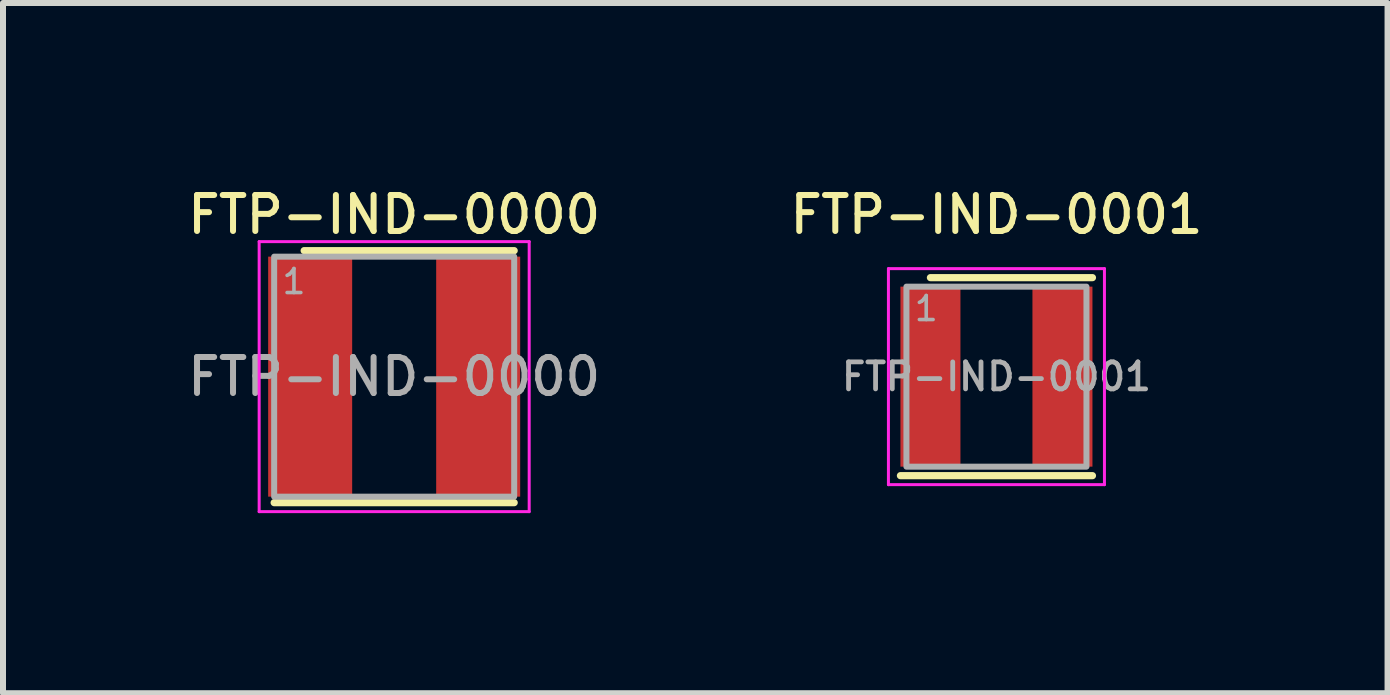
<source format=kicad_pcb>
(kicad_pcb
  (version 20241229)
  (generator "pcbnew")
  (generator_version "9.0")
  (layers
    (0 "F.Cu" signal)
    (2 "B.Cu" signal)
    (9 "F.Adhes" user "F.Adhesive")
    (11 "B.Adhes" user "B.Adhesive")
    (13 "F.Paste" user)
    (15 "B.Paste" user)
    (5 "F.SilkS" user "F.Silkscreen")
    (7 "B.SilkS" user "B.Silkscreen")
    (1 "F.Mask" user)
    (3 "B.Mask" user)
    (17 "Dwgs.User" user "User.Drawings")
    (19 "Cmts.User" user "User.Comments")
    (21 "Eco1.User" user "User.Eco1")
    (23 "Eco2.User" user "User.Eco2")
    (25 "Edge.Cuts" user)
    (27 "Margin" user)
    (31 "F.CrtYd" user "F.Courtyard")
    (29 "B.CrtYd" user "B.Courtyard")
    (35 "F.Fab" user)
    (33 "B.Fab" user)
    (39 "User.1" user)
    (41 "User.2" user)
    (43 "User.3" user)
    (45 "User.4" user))
  (footprint "FTP-IND-0001"
    (layer "F.Cu")
    (at 13.556 3.227)
    (property "Reference" "FTP-IND-0001" (at 0 -2.7 0) (layer "F.SilkS") (effects (font (size 0.6 0.6) (thickness 0.1) (bold yes))))
    (attr smd)
    (fp_line (start -1.6 1.65) (end 1.6 1.65) (stroke (width 0.12) (type solid)) (layer "F.SilkS"))
    (fp_line (start -1.1 -1.65) (end 1.6 -1.65) (stroke (width 0.12) (type solid)) (layer "F.SilkS"))
    (fp_line (start -1.8 -1.8) (end -1.8 1.8) (stroke (width 0.05) (type solid)) (layer "F.CrtYd"))
    (fp_line (start -1.8 1.8) (end 1.8 1.8) (stroke (width 0.05) (type solid)) (layer "F.CrtYd"))
    (fp_line (start 1.8 -1.8) (end -1.8 -1.8) (stroke (width 0.05) (type solid)) (layer "F.CrtYd"))
    (fp_line (start 1.8 1.8) (end 1.8 -1.8) (stroke (width 0.05) (type solid)) (layer "F.CrtYd"))
    (fp_rect (start -1.5 -1.5) (end 1.5 1.5) (stroke (width 0.1) (type solid)) (fill no) (layer "F.Fab"))
    (fp_text user "${REFERENCE}" (at 0 0 0) (layer "F.Fab") (effects (font (size 0.45 0.45) (thickness 0.08) (bold yes))))
    (fp_text user "1" (at -1.4 -0.9 0) (unlocked yes) (layer "F.Fab") (effects (font (size 0.4 0.4) (thickness 0.06)) (justify left bottom)))
    (pad "1" smd rect (at -1.1 0) (size 1 3) (layers "F.Cu" "F.Mask" "F.Paste"))
    (pad "2" smd rect (at 1.1 0) (size 1 3) (layers "F.Cu" "F.Mask" "F.Paste")))
  (footprint "FTP-IND-0000"
    (layer "F.Cu")
    (at 3.519 3.227)
    (property "Reference" "FTP-IND-0000" (at 0 -2.7 0) (layer "F.SilkS") (effects (font (size 0.6 0.6) (thickness 0.1) (bold yes))))
    (attr smd)
    (fp_line (start -2 2.1) (end 2 2.1) (stroke (width 0.12) (type solid)) (layer "F.SilkS"))
    (fp_line (start -1.5 -2.1) (end 2 -2.1) (stroke (width 0.12) (type solid)) (layer "F.SilkS"))
    (fp_line (start -2.25 -2.25) (end -2.25 2.25) (stroke (width 0.05) (type solid)) (layer "F.CrtYd"))
    (fp_line (start -2.25 2.25) (end 2.25 2.25) (stroke (width 0.05) (type solid)) (layer "F.CrtYd"))
    (fp_line (start 2.25 -2.25) (end -2.25 -2.25) (stroke (width 0.05) (type solid)) (layer "F.CrtYd"))
    (fp_line (start 2.25 2.25) (end 2.25 -2.25) (stroke (width 0.05) (type solid)) (layer "F.CrtYd"))
    (fp_rect (start -2 -2) (end 2 2) (stroke (width 0.1) (type default)) (fill no) (layer "F.Fab"))
    (fp_text user "1" (at -1.9 -1.35 0) (unlocked yes) (layer "F.Fab") (effects (font (size 0.4 0.4) (thickness 0.06)) (justify left bottom)))
    (fp_text user "${REFERENCE}" (at 0 0 0) (layer "F.Fab") (effects (font (size 0.6 0.6) (thickness 0.1) (bold yes))))
    (pad "1" smd rect (at -1.4 0) (size 1.4 4) (layers "F.Cu" "F.Mask" "F.Paste"))
    (pad "2" smd rect (at 1.4 0) (size 1.4 4) (layers "F.Cu" "F.Mask" "F.Paste")))
  (gr_rect
    (start -3 -3)
    (end 20.074 8.502)
    (stroke (width 0.1) (type default))
    (fill no)
    (layer "Edge.Cuts")))
</source>
